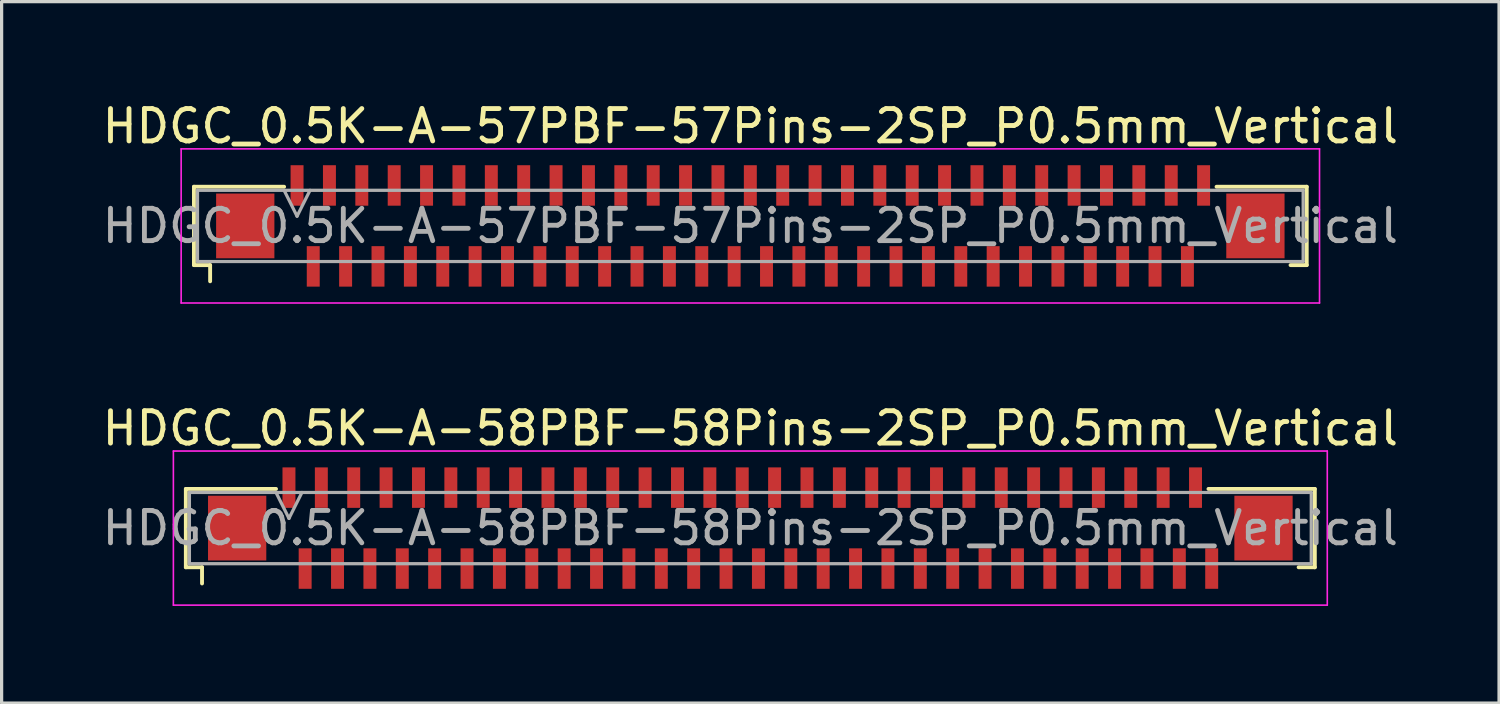
<source format=kicad_pcb>
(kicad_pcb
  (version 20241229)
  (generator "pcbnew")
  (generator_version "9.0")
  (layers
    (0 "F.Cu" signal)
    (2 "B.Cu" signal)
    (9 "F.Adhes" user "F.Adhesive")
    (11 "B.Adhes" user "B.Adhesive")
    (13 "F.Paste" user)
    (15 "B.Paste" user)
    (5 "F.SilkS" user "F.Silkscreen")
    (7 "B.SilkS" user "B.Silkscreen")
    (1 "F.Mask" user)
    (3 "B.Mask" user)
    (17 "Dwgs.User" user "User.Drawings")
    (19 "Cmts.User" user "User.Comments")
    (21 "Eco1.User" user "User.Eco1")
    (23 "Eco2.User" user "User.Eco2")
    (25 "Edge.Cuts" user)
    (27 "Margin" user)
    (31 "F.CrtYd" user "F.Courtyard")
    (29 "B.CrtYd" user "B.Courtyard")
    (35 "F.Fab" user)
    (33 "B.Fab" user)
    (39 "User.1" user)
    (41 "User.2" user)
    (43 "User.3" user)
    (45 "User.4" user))
  (footprint "HDGC_0.5K-A-57PBF-57Pins-2SP_P0.5mm_Vertical"
    (layer "F.Cu")
    (at 20.125 3.928)
    (property "Reference" "HDGC_0.5K-A-57PBF-57Pins-2SP_P0.5mm_Vertical" (at 0 -3.08 0) (layer "F.SilkS") (effects (font (size 1 1) (thickness 0.15))))
    (attr smd)
    (fp_line (start -17.185 -1.21) (end -14.4 -1.21) (stroke (width 0.12) (type solid)) (layer "F.SilkS"))
    (fp_line (start -17.185 1.21) (end -17.185 -1.21) (stroke (width 0.12) (type solid)) (layer "F.SilkS"))
    (fp_line (start -16.685 1.21) (end -17.185 1.21) (stroke (width 0.12) (type solid)) (layer "F.SilkS"))
    (fp_line (start -16.685 1.71) (end -16.685 1.21) (stroke (width 0.12) (type solid)) (layer "F.SilkS"))
    (fp_line (start 16.685 1.21) (end 17.185 1.21) (stroke (width 0.12) (type solid)) (layer "F.SilkS"))
    (fp_line (start 17.185 -1.21) (end 14.4 -1.21) (stroke (width 0.12) (type solid)) (layer "F.SilkS"))
    (fp_line (start 17.185 1.21) (end 17.185 -1.21) (stroke (width 0.12) (type solid)) (layer "F.SilkS"))
    (fp_line (start -17.58 -2.38) (end 17.58 -2.38) (stroke (width 0.05) (type solid)) (layer "F.CrtYd"))
    (fp_line (start -17.58 2.38) (end -17.58 -2.38) (stroke (width 0.05) (type solid)) (layer "F.CrtYd"))
    (fp_line (start 17.58 -2.38) (end 17.58 2.38) (stroke (width 0.05) (type solid)) (layer "F.CrtYd"))
    (fp_line (start 17.58 2.38) (end -17.58 2.38) (stroke (width 0.05) (type solid)) (layer "F.CrtYd"))
    (fp_line (start -17.075 -1.1) (end -17.075 1.1) (stroke (width 0.1) (type solid)) (layer "F.Fab"))
    (fp_line (start -17.075 1.1) (end 17.075 1.1) (stroke (width 0.1) (type solid)) (layer "F.Fab"))
    (fp_line (start -14.4 -1.1) (end -14 -0.3) (stroke (width 0.1) (type solid)) (layer "F.Fab"))
    (fp_line (start -14 -0.3) (end -13.6 -1.1) (stroke (width 0.1) (type solid)) (layer "F.Fab"))
    (fp_line (start 17.075 -1.1) (end -17.075 -1.1) (stroke (width 0.1) (type solid)) (layer "F.Fab"))
    (fp_line (start 17.075 1.1) (end 17.075 -1.1) (stroke (width 0.1) (type solid)) (layer "F.Fab"))
    (fp_text user "${REFERENCE}" (at 0 0 0) (layer "F.Fab") (effects (font (size 1 1) (thickness 0.15))))
    (pad "1" smd rect (at -14 -1.25) (size 0.4 1.25) (layers "F.Cu" "F.Mask" "F.Paste"))
    (pad "2" smd rect (at -13.5 1.25) (size 0.4 1.25) (layers "F.Cu" "F.Mask" "F.Paste"))
    (pad "3" smd rect (at -13 -1.25) (size 0.4 1.25) (layers "F.Cu" "F.Mask" "F.Paste"))
    (pad "4" smd rect (at -12.5 1.25) (size 0.4 1.25) (layers "F.Cu" "F.Mask" "F.Paste"))
    (pad "5" smd rect (at -12 -1.25) (size 0.4 1.25) (layers "F.Cu" "F.Mask" "F.Paste"))
    (pad "6" smd rect (at -11.5 1.25) (size 0.4 1.25) (layers "F.Cu" "F.Mask" "F.Paste"))
    (pad "7" smd rect (at -11 -1.25) (size 0.4 1.25) (layers "F.Cu" "F.Mask" "F.Paste"))
    (pad "8" smd rect (at -10.5 1.25) (size 0.4 1.25) (layers "F.Cu" "F.Mask" "F.Paste"))
    (pad "9" smd rect (at -10 -1.25) (size 0.4 1.25) (layers "F.Cu" "F.Mask" "F.Paste"))
    (pad "10" smd rect (at -9.5 1.25) (size 0.4 1.25) (layers "F.Cu" "F.Mask" "F.Paste"))
    (pad "11" smd rect (at -9 -1.25) (size 0.4 1.25) (layers "F.Cu" "F.Mask" "F.Paste"))
    (pad "12" smd rect (at -8.5 1.25) (size 0.4 1.25) (layers "F.Cu" "F.Mask" "F.Paste"))
    (pad "13" smd rect (at -8 -1.25) (size 0.4 1.25) (layers "F.Cu" "F.Mask" "F.Paste"))
    (pad "14" smd rect (at -7.5 1.25) (size 0.4 1.25) (layers "F.Cu" "F.Mask" "F.Paste"))
    (pad "15" smd rect (at -7 -1.25) (size 0.4 1.25) (layers "F.Cu" "F.Mask" "F.Paste"))
    (pad "16" smd rect (at -6.5 1.25) (size 0.4 1.25) (layers "F.Cu" "F.Mask" "F.Paste"))
    (pad "17" smd rect (at -6 -1.25) (size 0.4 1.25) (layers "F.Cu" "F.Mask" "F.Paste"))
    (pad "18" smd rect (at -5.5 1.25) (size 0.4 1.25) (layers "F.Cu" "F.Mask" "F.Paste"))
    (pad "19" smd rect (at -5 -1.25) (size 0.4 1.25) (layers "F.Cu" "F.Mask" "F.Paste"))
    (pad "20" smd rect (at -4.5 1.25) (size 0.4 1.25) (layers "F.Cu" "F.Mask" "F.Paste"))
    (pad "21" smd rect (at -4 -1.25) (size 0.4 1.25) (layers "F.Cu" "F.Mask" "F.Paste"))
    (pad "22" smd rect (at -3.5 1.25) (size 0.4 1.25) (layers "F.Cu" "F.Mask" "F.Paste"))
    (pad "23" smd rect (at -3 -1.25) (size 0.4 1.25) (layers "F.Cu" "F.Mask" "F.Paste"))
    (pad "24" smd rect (at -2.5 1.25) (size 0.4 1.25) (layers "F.Cu" "F.Mask" "F.Paste"))
    (pad "25" smd rect (at -2 -1.25) (size 0.4 1.25) (layers "F.Cu" "F.Mask" "F.Paste"))
    (pad "26" smd rect (at -1.5 1.25) (size 0.4 1.25) (layers "F.Cu" "F.Mask" "F.Paste"))
    (pad "27" smd rect (at -1 -1.25) (size 0.4 1.25) (layers "F.Cu" "F.Mask" "F.Paste"))
    (pad "28" smd rect (at -0.5 1.25) (size 0.4 1.25) (layers "F.Cu" "F.Mask" "F.Paste"))
    (pad "29" smd rect (at 0 -1.25) (size 0.4 1.25) (layers "F.Cu" "F.Mask" "F.Paste"))
    (pad "30" smd rect (at 0.5 1.25) (size 0.4 1.25) (layers "F.Cu" "F.Mask" "F.Paste"))
    (pad "31" smd rect (at 1 -1.25) (size 0.4 1.25) (layers "F.Cu" "F.Mask" "F.Paste"))
    (pad "32" smd rect (at 1.5 1.25) (size 0.4 1.25) (layers "F.Cu" "F.Mask" "F.Paste"))
    (pad "33" smd rect (at 2 -1.25) (size 0.4 1.25) (layers "F.Cu" "F.Mask" "F.Paste"))
    (pad "34" smd rect (at 2.5 1.25) (size 0.4 1.25) (layers "F.Cu" "F.Mask" "F.Paste"))
    (pad "35" smd rect (at 3 -1.25) (size 0.4 1.25) (layers "F.Cu" "F.Mask" "F.Paste"))
    (pad "36" smd rect (at 3.5 1.25) (size 0.4 1.25) (layers "F.Cu" "F.Mask" "F.Paste"))
    (pad "37" smd rect (at 4 -1.25) (size 0.4 1.25) (layers "F.Cu" "F.Mask" "F.Paste"))
    (pad "38" smd rect (at 4.5 1.25) (size 0.4 1.25) (layers "F.Cu" "F.Mask" "F.Paste"))
    (pad "39" smd rect (at 5 -1.25) (size 0.4 1.25) (layers "F.Cu" "F.Mask" "F.Paste"))
    (pad "40" smd rect (at 5.5 1.25) (size 0.4 1.25) (layers "F.Cu" "F.Mask" "F.Paste"))
    (pad "41" smd rect (at 6 -1.25) (size 0.4 1.25) (layers "F.Cu" "F.Mask" "F.Paste"))
    (pad "42" smd rect (at 6.5 1.25) (size 0.4 1.25) (layers "F.Cu" "F.Mask" "F.Paste"))
    (pad "43" smd rect (at 7 -1.25) (size 0.4 1.25) (layers "F.Cu" "F.Mask" "F.Paste"))
    (pad "44" smd rect (at 7.5 1.25) (size 0.4 1.25) (layers "F.Cu" "F.Mask" "F.Paste"))
    (pad "45" smd rect (at 8 -1.25) (size 0.4 1.25) (layers "F.Cu" "F.Mask" "F.Paste"))
    (pad "46" smd rect (at 8.5 1.25) (size 0.4 1.25) (layers "F.Cu" "F.Mask" "F.Paste"))
    (pad "47" smd rect (at 9 -1.25) (size 0.4 1.25) (layers "F.Cu" "F.Mask" "F.Paste"))
    (pad "48" smd rect (at 9.5 1.25) (size 0.4 1.25) (layers "F.Cu" "F.Mask" "F.Paste"))
    (pad "49" smd rect (at 10 -1.25) (size 0.4 1.25) (layers "F.Cu" "F.Mask" "F.Paste"))
    (pad "50" smd rect (at 10.5 1.25) (size 0.4 1.25) (layers "F.Cu" "F.Mask" "F.Paste"))
    (pad "51" smd rect (at 11 -1.25) (size 0.4 1.25) (layers "F.Cu" "F.Mask" "F.Paste"))
    (pad "52" smd rect (at 11.5 1.25) (size 0.4 1.25) (layers "F.Cu" "F.Mask" "F.Paste"))
    (pad "53" smd rect (at 12 -1.25) (size 0.4 1.25) (layers "F.Cu" "F.Mask" "F.Paste"))
    (pad "54" smd rect (at 12.5 1.25) (size 0.4 1.25) (layers "F.Cu" "F.Mask" "F.Paste"))
    (pad "55" smd rect (at 13 -1.25) (size 0.4 1.25) (layers "F.Cu" "F.Mask" "F.Paste"))
    (pad "56" smd rect (at 13.5 1.25) (size 0.4 1.25) (layers "F.Cu" "F.Mask" "F.Paste"))
    (pad "57" smd rect (at 14 -1.25) (size 0.4 1.25) (layers "F.Cu" "F.Mask" "F.Paste"))
    (pad "MP" smd rect (at -15.6 0) (size 1.8 2) (layers "F.Cu" "F.Mask" "F.Paste"))
    (pad "MP" smd rect (at 15.6 0) (size 1.8 2) (layers "F.Cu" "F.Mask" "F.Paste")))
  (footprint "HDGC_0.5K-A-58PBF-58Pins-2SP_P0.5mm_Vertical"
    (layer "F.Cu")
    (at 20.125 13.261)
    (property "Reference" "HDGC_0.5K-A-58PBF-58Pins-2SP_P0.5mm_Vertical" (at 0 -3.08 0) (layer "F.SilkS") (effects (font (size 1 1) (thickness 0.15))))
    (attr smd)
    (fp_line (start -17.435 -1.21) (end -14.65 -1.21) (stroke (width 0.12) (type solid)) (layer "F.SilkS"))
    (fp_line (start -17.435 1.21) (end -17.435 -1.21) (stroke (width 0.12) (type solid)) (layer "F.SilkS"))
    (fp_line (start -16.935 1.21) (end -17.435 1.21) (stroke (width 0.12) (type solid)) (layer "F.SilkS"))
    (fp_line (start -16.935 1.71) (end -16.935 1.21) (stroke (width 0.12) (type solid)) (layer "F.SilkS"))
    (fp_line (start 16.935 1.21) (end 17.435 1.21) (stroke (width 0.12) (type solid)) (layer "F.SilkS"))
    (fp_line (start 17.435 -1.21) (end 14.15 -1.21) (stroke (width 0.12) (type solid)) (layer "F.SilkS"))
    (fp_line (start 17.435 1.21) (end 17.435 -1.21) (stroke (width 0.12) (type solid)) (layer "F.SilkS"))
    (fp_line (start -17.82 -2.38) (end 17.82 -2.38) (stroke (width 0.05) (type solid)) (layer "F.CrtYd"))
    (fp_line (start -17.82 2.38) (end -17.82 -2.38) (stroke (width 0.05) (type solid)) (layer "F.CrtYd"))
    (fp_line (start 17.82 -2.38) (end 17.82 2.38) (stroke (width 0.05) (type solid)) (layer "F.CrtYd"))
    (fp_line (start 17.82 2.38) (end -17.82 2.38) (stroke (width 0.05) (type solid)) (layer "F.CrtYd"))
    (fp_line (start -17.325 -1.1) (end -17.325 1.1) (stroke (width 0.1) (type solid)) (layer "F.Fab"))
    (fp_line (start -17.325 1.1) (end 17.325 1.1) (stroke (width 0.1) (type solid)) (layer "F.Fab"))
    (fp_line (start -14.65 -1.1) (end -14.25 -0.3) (stroke (width 0.1) (type solid)) (layer "F.Fab"))
    (fp_line (start -14.25 -0.3) (end -13.85 -1.1) (stroke (width 0.1) (type solid)) (layer "F.Fab"))
    (fp_line (start 17.325 -1.1) (end -17.325 -1.1) (stroke (width 0.1) (type solid)) (layer "F.Fab"))
    (fp_line (start 17.325 1.1) (end 17.325 -1.1) (stroke (width 0.1) (type solid)) (layer "F.Fab"))
    (fp_text user "${REFERENCE}" (at 0 0 0) (layer "F.Fab") (effects (font (size 1 1) (thickness 0.15))))
    (pad "1" smd rect (at -14.25 -1.25) (size 0.4 1.25) (layers "F.Cu" "F.Mask" "F.Paste"))
    (pad "2" smd rect (at -13.75 1.25) (size 0.4 1.25) (layers "F.Cu" "F.Mask" "F.Paste"))
    (pad "3" smd rect (at -13.25 -1.25) (size 0.4 1.25) (layers "F.Cu" "F.Mask" "F.Paste"))
    (pad "4" smd rect (at -12.75 1.25) (size 0.4 1.25) (layers "F.Cu" "F.Mask" "F.Paste"))
    (pad "5" smd rect (at -12.25 -1.25) (size 0.4 1.25) (layers "F.Cu" "F.Mask" "F.Paste"))
    (pad "6" smd rect (at -11.75 1.25) (size 0.4 1.25) (layers "F.Cu" "F.Mask" "F.Paste"))
    (pad "7" smd rect (at -11.25 -1.25) (size 0.4 1.25) (layers "F.Cu" "F.Mask" "F.Paste"))
    (pad "8" smd rect (at -10.75 1.25) (size 0.4 1.25) (layers "F.Cu" "F.Mask" "F.Paste"))
    (pad "9" smd rect (at -10.25 -1.25) (size 0.4 1.25) (layers "F.Cu" "F.Mask" "F.Paste"))
    (pad "10" smd rect (at -9.75 1.25) (size 0.4 1.25) (layers "F.Cu" "F.Mask" "F.Paste"))
    (pad "11" smd rect (at -9.25 -1.25) (size 0.4 1.25) (layers "F.Cu" "F.Mask" "F.Paste"))
    (pad "12" smd rect (at -8.75 1.25) (size 0.4 1.25) (layers "F.Cu" "F.Mask" "F.Paste"))
    (pad "13" smd rect (at -8.25 -1.25) (size 0.4 1.25) (layers "F.Cu" "F.Mask" "F.Paste"))
    (pad "14" smd rect (at -7.75 1.25) (size 0.4 1.25) (layers "F.Cu" "F.Mask" "F.Paste"))
    (pad "15" smd rect (at -7.25 -1.25) (size 0.4 1.25) (layers "F.Cu" "F.Mask" "F.Paste"))
    (pad "16" smd rect (at -6.75 1.25) (size 0.4 1.25) (layers "F.Cu" "F.Mask" "F.Paste"))
    (pad "17" smd rect (at -6.25 -1.25) (size 0.4 1.25) (layers "F.Cu" "F.Mask" "F.Paste"))
    (pad "18" smd rect (at -5.75 1.25) (size 0.4 1.25) (layers "F.Cu" "F.Mask" "F.Paste"))
    (pad "19" smd rect (at -5.25 -1.25) (size 0.4 1.25) (layers "F.Cu" "F.Mask" "F.Paste"))
    (pad "20" smd rect (at -4.75 1.25) (size 0.4 1.25) (layers "F.Cu" "F.Mask" "F.Paste"))
    (pad "21" smd rect (at -4.25 -1.25) (size 0.4 1.25) (layers "F.Cu" "F.Mask" "F.Paste"))
    (pad "22" smd rect (at -3.75 1.25) (size 0.4 1.25) (layers "F.Cu" "F.Mask" "F.Paste"))
    (pad "23" smd rect (at -3.25 -1.25) (size 0.4 1.25) (layers "F.Cu" "F.Mask" "F.Paste"))
    (pad "24" smd rect (at -2.75 1.25) (size 0.4 1.25) (layers "F.Cu" "F.Mask" "F.Paste"))
    (pad "25" smd rect (at -2.25 -1.25) (size 0.4 1.25) (layers "F.Cu" "F.Mask" "F.Paste"))
    (pad "26" smd rect (at -1.75 1.25) (size 0.4 1.25) (layers "F.Cu" "F.Mask" "F.Paste"))
    (pad "27" smd rect (at -1.25 -1.25) (size 0.4 1.25) (layers "F.Cu" "F.Mask" "F.Paste"))
    (pad "28" smd rect (at -0.75 1.25) (size 0.4 1.25) (layers "F.Cu" "F.Mask" "F.Paste"))
    (pad "29" smd rect (at -0.25 -1.25) (size 0.4 1.25) (layers "F.Cu" "F.Mask" "F.Paste"))
    (pad "30" smd rect (at 0.25 1.25) (size 0.4 1.25) (layers "F.Cu" "F.Mask" "F.Paste"))
    (pad "31" smd rect (at 0.75 -1.25) (size 0.4 1.25) (layers "F.Cu" "F.Mask" "F.Paste"))
    (pad "32" smd rect (at 1.25 1.25) (size 0.4 1.25) (layers "F.Cu" "F.Mask" "F.Paste"))
    (pad "33" smd rect (at 1.75 -1.25) (size 0.4 1.25) (layers "F.Cu" "F.Mask" "F.Paste"))
    (pad "34" smd rect (at 2.25 1.25) (size 0.4 1.25) (layers "F.Cu" "F.Mask" "F.Paste"))
    (pad "35" smd rect (at 2.75 -1.25) (size 0.4 1.25) (layers "F.Cu" "F.Mask" "F.Paste"))
    (pad "36" smd rect (at 3.25 1.25) (size 0.4 1.25) (layers "F.Cu" "F.Mask" "F.Paste"))
    (pad "37" smd rect (at 3.75 -1.25) (size 0.4 1.25) (layers "F.Cu" "F.Mask" "F.Paste"))
    (pad "38" smd rect (at 4.25 1.25) (size 0.4 1.25) (layers "F.Cu" "F.Mask" "F.Paste"))
    (pad "39" smd rect (at 4.75 -1.25) (size 0.4 1.25) (layers "F.Cu" "F.Mask" "F.Paste"))
    (pad "40" smd rect (at 5.25 1.25) (size 0.4 1.25) (layers "F.Cu" "F.Mask" "F.Paste"))
    (pad "41" smd rect (at 5.75 -1.25) (size 0.4 1.25) (layers "F.Cu" "F.Mask" "F.Paste"))
    (pad "42" smd rect (at 6.25 1.25) (size 0.4 1.25) (layers "F.Cu" "F.Mask" "F.Paste"))
    (pad "43" smd rect (at 6.75 -1.25) (size 0.4 1.25) (layers "F.Cu" "F.Mask" "F.Paste"))
    (pad "44" smd rect (at 7.25 1.25) (size 0.4 1.25) (layers "F.Cu" "F.Mask" "F.Paste"))
    (pad "45" smd rect (at 7.75 -1.25) (size 0.4 1.25) (layers "F.Cu" "F.Mask" "F.Paste"))
    (pad "46" smd rect (at 8.25 1.25) (size 0.4 1.25) (layers "F.Cu" "F.Mask" "F.Paste"))
    (pad "47" smd rect (at 8.75 -1.25) (size 0.4 1.25) (layers "F.Cu" "F.Mask" "F.Paste"))
    (pad "48" smd rect (at 9.25 1.25) (size 0.4 1.25) (layers "F.Cu" "F.Mask" "F.Paste"))
    (pad "49" smd rect (at 9.75 -1.25) (size 0.4 1.25) (layers "F.Cu" "F.Mask" "F.Paste"))
    (pad "50" smd rect (at 10.25 1.25) (size 0.4 1.25) (layers "F.Cu" "F.Mask" "F.Paste"))
    (pad "51" smd rect (at 10.75 -1.25) (size 0.4 1.25) (layers "F.Cu" "F.Mask" "F.Paste"))
    (pad "52" smd rect (at 11.25 1.25) (size 0.4 1.25) (layers "F.Cu" "F.Mask" "F.Paste"))
    (pad "53" smd rect (at 11.75 -1.25) (size 0.4 1.25) (layers "F.Cu" "F.Mask" "F.Paste"))
    (pad "54" smd rect (at 12.25 1.25) (size 0.4 1.25) (layers "F.Cu" "F.Mask" "F.Paste"))
    (pad "55" smd rect (at 12.75 -1.25) (size 0.4 1.25) (layers "F.Cu" "F.Mask" "F.Paste"))
    (pad "56" smd rect (at 13.25 1.25) (size 0.4 1.25) (layers "F.Cu" "F.Mask" "F.Paste"))
    (pad "57" smd rect (at 13.75 -1.25) (size 0.4 1.25) (layers "F.Cu" "F.Mask" "F.Paste"))
    (pad "58" smd rect (at 14.25 1.25) (size 0.4 1.25) (layers "F.Cu" "F.Mask" "F.Paste"))
    (pad "MP" smd rect (at -15.85 0) (size 1.8 2) (layers "F.Cu" "F.Mask" "F.Paste"))
    (pad "MP" smd rect (at 15.85 0) (size 1.8 2) (layers "F.Cu" "F.Mask" "F.Paste")))
  (gr_rect
    (start -3 -3)
    (end 43.25 18.666)
    (stroke (width 0.1) (type default))
    (fill no)
    (layer "Edge.Cuts")))
</source>
